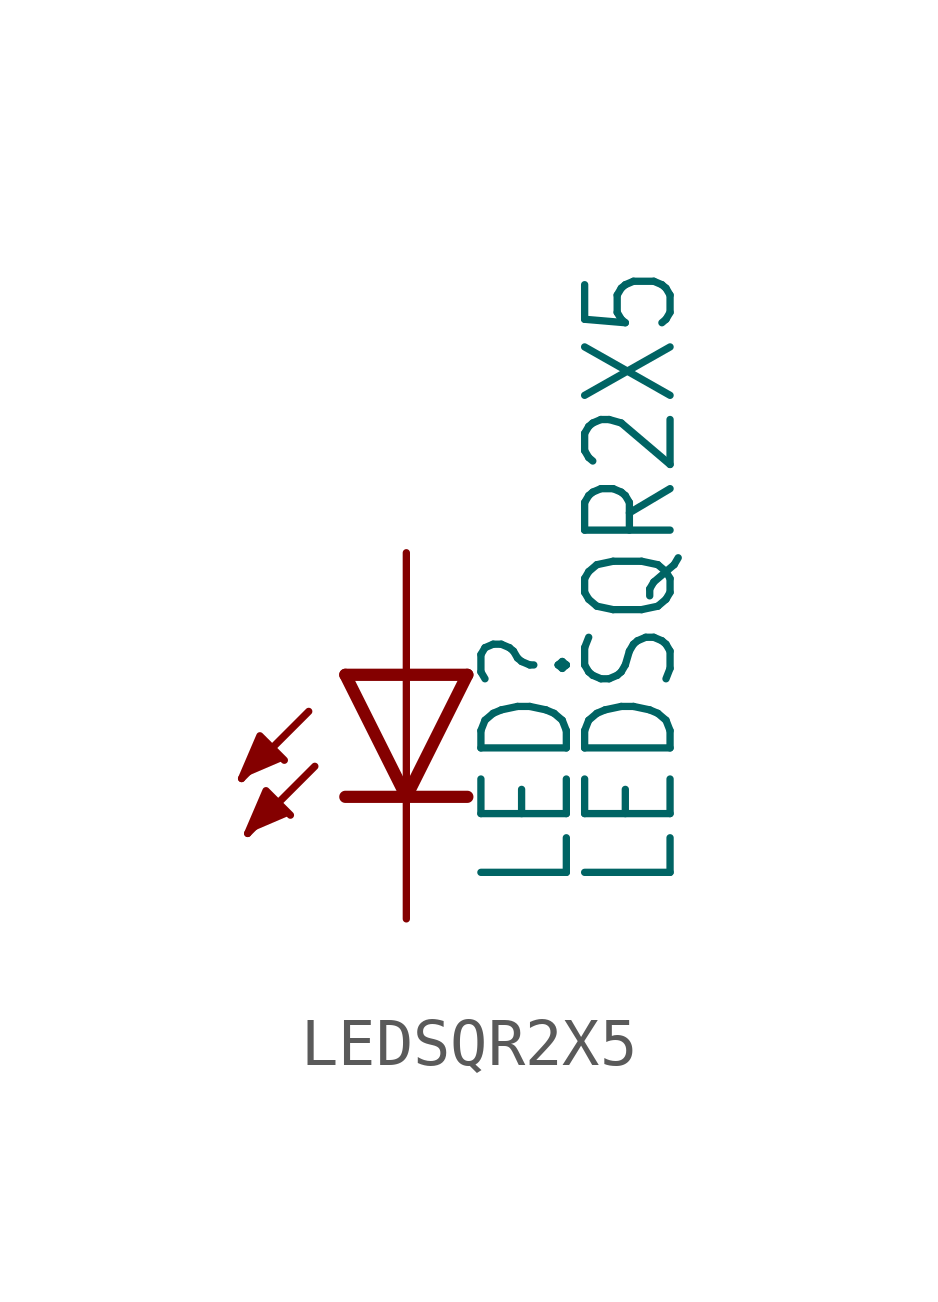
<source format=kicad_sym>
(kicad_symbol_lib
  (version 20201005)
  (generator kicad_symbol_editor)
  (symbol "LEDSQR2X5"
    (property "Reference" "LED"
      (at 3.556 -4.572 90)
      (effects (font (size 1.778 1.511)) (justify left bottom)))
    (property "Value" "LEDSQR2X5"
      (at 5.715 -4.572 90)
      (effects (font (size 1.778 1.511)) (justify left bottom)))
    (property "ki_locked" ""
      (at 0 0 0)
      (effects (font (size 1.27 1.27))))
    (symbol "LEDSQR2X5_1_0"
      (polyline (pts (xy 1.27 0) (xy 0 -2.54)) (stroke (width 0.254)) (fill (type none)))
      (polyline (pts (xy 0 -2.54) (xy -1.27 0)) (stroke (width 0.254)) (fill (type none)))
      (polyline (pts (xy 1.27 -2.54) (xy 0 -2.54)) (stroke (width 0.254)) (fill (type none)))
      (polyline (pts (xy 0 -2.54) (xy -1.27 -2.54)) (stroke (width 0.254)) (fill (type none)))
      (polyline (pts (xy 1.27 0) (xy 0 0)) (stroke (width 0.254)) (fill (type none)))
      (polyline (pts (xy 0 0) (xy -1.27 0)) (stroke (width 0.254)) (fill (type none)))
      (polyline (pts (xy 0 0) (xy 0 -2.54)) (stroke (width 0.152)) (fill (type none)))
      (polyline (pts (xy -2.032 -0.762) (xy -3.429 -2.159)) (stroke (width 0.152)) (fill (type none)))
      (polyline (pts (xy -1.905 -1.905) (xy -3.302 -3.302)) (stroke (width 0.152)) (fill (type none)))
      (polyline (pts (xy -3.429 -2.159) (xy -3.048 -1.27) (xy -2.54 -1.778)) (stroke (width 0)) (fill (type outline)))
      (polyline (pts (xy -3.302 -3.302) (xy -2.921 -2.413) (xy -2.413 -2.921)) (stroke (width 0)) (fill (type outline)))
      (pin passive line (at 0 -5.08 90) (length 2.54) (name "C" (effects (font (size 0 0)))) (number "K" (effects (font (size 0 0)))))
      (pin passive line (at 0 2.54 270) (length 2.54) (name "A" (effects (font (size 0 0)))) (number "A" (effects (font (size 0 0))))))))
</source>
